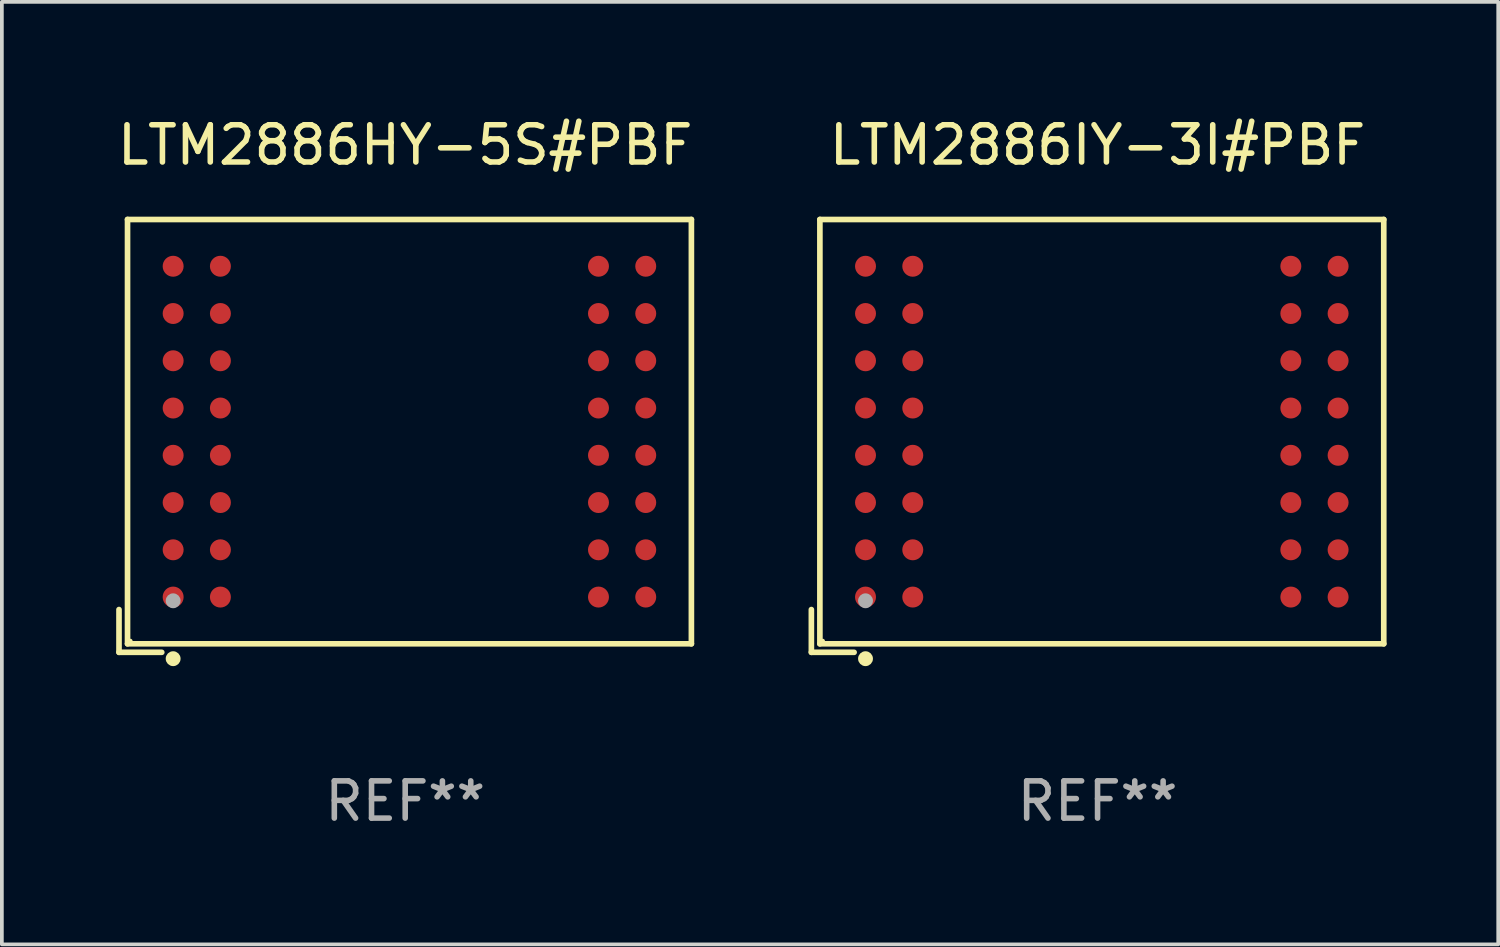
<source format=kicad_pcb>
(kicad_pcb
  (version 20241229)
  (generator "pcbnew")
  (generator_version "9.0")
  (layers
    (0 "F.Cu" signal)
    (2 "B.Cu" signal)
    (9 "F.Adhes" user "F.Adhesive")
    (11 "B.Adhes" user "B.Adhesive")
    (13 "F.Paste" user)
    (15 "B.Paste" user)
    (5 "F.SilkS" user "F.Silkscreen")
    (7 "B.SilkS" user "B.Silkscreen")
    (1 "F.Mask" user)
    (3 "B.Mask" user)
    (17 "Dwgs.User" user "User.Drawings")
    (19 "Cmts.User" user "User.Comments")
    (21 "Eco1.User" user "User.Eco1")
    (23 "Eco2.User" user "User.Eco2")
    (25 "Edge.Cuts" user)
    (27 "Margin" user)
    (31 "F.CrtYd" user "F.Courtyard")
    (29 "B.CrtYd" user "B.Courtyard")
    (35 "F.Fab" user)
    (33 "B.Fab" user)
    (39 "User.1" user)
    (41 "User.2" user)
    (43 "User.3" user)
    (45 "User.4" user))
  (footprint "LTM2886HY-5S#PBF"
    (layer "F.Cu")
    (at 7.839 8.664)
    (property "Reference" "LTM2886HY-5S#PBF" (at 0 -7.816 0) (layer "F.SilkS") (effects (font (size 1 1) (thickness 0.15))))
    (attr through_hole)
    (fp_line (start -7.691 4.667) (end -7.691 5.816) (stroke (width 0.152) (type solid)) (layer "F.SilkS"))
    (fp_line (start -7.691 5.816) (end -6.542 5.816) (stroke (width 0.152) (type solid)) (layer "F.SilkS"))
    (fp_line (start -7.462 -5.816) (end 7.691 -5.816) (stroke (width 0.152) (type solid)) (layer "F.SilkS"))
    (fp_line (start -7.462 5.587) (end -7.462 -5.816) (stroke (width 0.152) (type solid)) (layer "F.SilkS"))
    (fp_line (start 7.691 -5.816) (end 7.691 5.587) (stroke (width 0.152) (type solid)) (layer "F.SilkS"))
    (fp_line (start 7.691 5.587) (end -7.462 5.587) (stroke (width 0.152) (type solid)) (layer "F.SilkS"))
    (fp_circle (center -7.386 5.511) (end -7.356 5.511) (stroke (width 0.06) (type solid)) (fill no) (layer "F.SilkS"))
    (fp_circle (center -6.236 5.987) (end -6.136 5.987) (stroke (width 0.2) (type solid)) (fill no) (layer "F.SilkS"))
    (fp_circle (center -6.236 4.431) (end -6.136 4.431) (stroke (width 0.2) (type solid)) (fill no) (layer "F.Fab"))
    (fp_text user "REF**" (at 0 9.816 0) (layer "F.Fab") (effects (font (size 1 1) (thickness 0.15))))
    (pad "A1" smd circle (at -6.236 4.331) (size 0.563 0.563) (layers "F.Cu" "F.Mask" "F.Paste"))
    (pad "A2" smd circle (at -6.236 3.061) (size 0.563 0.563) (layers "F.Cu" "F.Mask" "F.Paste"))
    (pad "A3" smd circle (at -6.236 1.791) (size 0.563 0.563) (layers "F.Cu" "F.Mask" "F.Paste"))
    (pad "A4" smd circle (at -6.236 0.521) (size 0.563 0.563) (layers "F.Cu" "F.Mask" "F.Paste"))
    (pad "A5" smd circle (at -6.236 -0.749) (size 0.563 0.563) (layers "F.Cu" "F.Mask" "F.Paste"))
    (pad "A6" smd circle (at -6.236 -2.019) (size 0.563 0.563) (layers "F.Cu" "F.Mask" "F.Paste"))
    (pad "A7" smd circle (at -6.236 -3.289) (size 0.563 0.563) (layers "F.Cu" "F.Mask" "F.Paste"))
    (pad "A8" smd circle (at -6.236 -4.559) (size 0.563 0.563) (layers "F.Cu" "F.Mask" "F.Paste"))
    (pad "B1" smd circle (at -4.966 4.331) (size 0.563 0.563) (layers "F.Cu" "F.Mask" "F.Paste"))
    (pad "B2" smd circle (at -4.966 3.061) (size 0.563 0.563) (layers "F.Cu" "F.Mask" "F.Paste"))
    (pad "B3" smd circle (at -4.966 1.791) (size 0.563 0.563) (layers "F.Cu" "F.Mask" "F.Paste"))
    (pad "B4" smd circle (at -4.966 0.521) (size 0.563 0.563) (layers "F.Cu" "F.Mask" "F.Paste"))
    (pad "B5" smd circle (at -4.966 -0.749) (size 0.563 0.563) (layers "F.Cu" "F.Mask" "F.Paste"))
    (pad "B6" smd circle (at -4.966 -2.019) (size 0.563 0.563) (layers "F.Cu" "F.Mask" "F.Paste"))
    (pad "B7" smd circle (at -4.966 -3.289) (size 0.563 0.563) (layers "F.Cu" "F.Mask" "F.Paste"))
    (pad "B8" smd circle (at -4.966 -4.559) (size 0.563 0.563) (layers "F.Cu" "F.Mask" "F.Paste"))
    (pad "K1" smd circle (at 5.194 4.331) (size 0.563 0.563) (layers "F.Cu" "F.Mask" "F.Paste"))
    (pad "K2" smd circle (at 5.194 3.061) (size 0.563 0.563) (layers "F.Cu" "F.Mask" "F.Paste"))
    (pad "K3" smd circle (at 5.194 1.791) (size 0.563 0.563) (layers "F.Cu" "F.Mask" "F.Paste"))
    (pad "K4" smd circle (at 5.194 0.521) (size 0.563 0.563) (layers "F.Cu" "F.Mask" "F.Paste"))
    (pad "K5" smd circle (at 5.194 -0.749) (size 0.563 0.563) (layers "F.Cu" "F.Mask" "F.Paste"))
    (pad "K6" smd circle (at 5.194 -2.019) (size 0.563 0.563) (layers "F.Cu" "F.Mask" "F.Paste"))
    (pad "K7" smd circle (at 5.194 -3.289) (size 0.563 0.563) (layers "F.Cu" "F.Mask" "F.Paste"))
    (pad "K8" smd circle (at 5.194 -4.559) (size 0.563 0.563) (layers "F.Cu" "F.Mask" "F.Paste"))
    (pad "L1" smd circle (at 6.464 4.331) (size 0.563 0.563) (layers "F.Cu" "F.Mask" "F.Paste"))
    (pad "L2" smd circle (at 6.464 3.061) (size 0.563 0.563) (layers "F.Cu" "F.Mask" "F.Paste"))
    (pad "L3" smd circle (at 6.464 1.791) (size 0.563 0.563) (layers "F.Cu" "F.Mask" "F.Paste"))
    (pad "L4" smd circle (at 6.464 0.521) (size 0.563 0.563) (layers "F.Cu" "F.Mask" "F.Paste"))
    (pad "L5" smd circle (at 6.464 -0.749) (size 0.563 0.563) (layers "F.Cu" "F.Mask" "F.Paste"))
    (pad "L6" smd circle (at 6.464 -2.019) (size 0.563 0.563) (layers "F.Cu" "F.Mask" "F.Paste"))
    (pad "L7" smd circle (at 6.464 -3.289) (size 0.563 0.563) (layers "F.Cu" "F.Mask" "F.Paste"))
    (pad "L8" smd circle (at 6.464 -4.559) (size 0.563 0.563) (layers "F.Cu" "F.Mask" "F.Paste")))
  (footprint "LTM2886IY-3I#PBF"
    (layer "F.Cu")
    (at 26.445 8.664)
    (property "Reference" "LTM2886IY-3I#PBF" (at 0 -7.816 0) (layer "F.SilkS") (effects (font (size 1 1) (thickness 0.15))))
    (attr through_hole)
    (fp_line (start -7.691 4.667) (end -7.691 5.816) (stroke (width 0.152) (type solid)) (layer "F.SilkS"))
    (fp_line (start -7.691 5.816) (end -6.542 5.816) (stroke (width 0.152) (type solid)) (layer "F.SilkS"))
    (fp_line (start -7.462 -5.816) (end 7.691 -5.816) (stroke (width 0.152) (type solid)) (layer "F.SilkS"))
    (fp_line (start -7.462 5.587) (end -7.462 -5.816) (stroke (width 0.152) (type solid)) (layer "F.SilkS"))
    (fp_line (start 7.691 -5.816) (end 7.691 5.587) (stroke (width 0.152) (type solid)) (layer "F.SilkS"))
    (fp_line (start 7.691 5.587) (end -7.462 5.587) (stroke (width 0.152) (type solid)) (layer "F.SilkS"))
    (fp_circle (center -7.386 5.511) (end -7.356 5.511) (stroke (width 0.06) (type solid)) (fill no) (layer "F.SilkS"))
    (fp_circle (center -6.236 5.987) (end -6.136 5.987) (stroke (width 0.2) (type solid)) (fill no) (layer "F.SilkS"))
    (fp_circle (center -6.236 4.431) (end -6.136 4.431) (stroke (width 0.2) (type solid)) (fill no) (layer "F.Fab"))
    (fp_text user "REF**" (at 0 9.816 0) (layer "F.Fab") (effects (font (size 1 1) (thickness 0.15))))
    (pad "A1" smd circle (at -6.236 4.331) (size 0.563 0.563) (layers "F.Cu" "F.Mask" "F.Paste"))
    (pad "A2" smd circle (at -6.236 3.061) (size 0.563 0.563) (layers "F.Cu" "F.Mask" "F.Paste"))
    (pad "A3" smd circle (at -6.236 1.791) (size 0.563 0.563) (layers "F.Cu" "F.Mask" "F.Paste"))
    (pad "A4" smd circle (at -6.236 0.521) (size 0.563 0.563) (layers "F.Cu" "F.Mask" "F.Paste"))
    (pad "A5" smd circle (at -6.236 -0.749) (size 0.563 0.563) (layers "F.Cu" "F.Mask" "F.Paste"))
    (pad "A6" smd circle (at -6.236 -2.019) (size 0.563 0.563) (layers "F.Cu" "F.Mask" "F.Paste"))
    (pad "A7" smd circle (at -6.236 -3.289) (size 0.563 0.563) (layers "F.Cu" "F.Mask" "F.Paste"))
    (pad "A8" smd circle (at -6.236 -4.559) (size 0.563 0.563) (layers "F.Cu" "F.Mask" "F.Paste"))
    (pad "B1" smd circle (at -4.966 4.331) (size 0.563 0.563) (layers "F.Cu" "F.Mask" "F.Paste"))
    (pad "B2" smd circle (at -4.966 3.061) (size 0.563 0.563) (layers "F.Cu" "F.Mask" "F.Paste"))
    (pad "B3" smd circle (at -4.966 1.791) (size 0.563 0.563) (layers "F.Cu" "F.Mask" "F.Paste"))
    (pad "B4" smd circle (at -4.966 0.521) (size 0.563 0.563) (layers "F.Cu" "F.Mask" "F.Paste"))
    (pad "B5" smd circle (at -4.966 -0.749) (size 0.563 0.563) (layers "F.Cu" "F.Mask" "F.Paste"))
    (pad "B6" smd circle (at -4.966 -2.019) (size 0.563 0.563) (layers "F.Cu" "F.Mask" "F.Paste"))
    (pad "B7" smd circle (at -4.966 -3.289) (size 0.563 0.563) (layers "F.Cu" "F.Mask" "F.Paste"))
    (pad "B8" smd circle (at -4.966 -4.559) (size 0.563 0.563) (layers "F.Cu" "F.Mask" "F.Paste"))
    (pad "K1" smd circle (at 5.194 4.331) (size 0.563 0.563) (layers "F.Cu" "F.Mask" "F.Paste"))
    (pad "K2" smd circle (at 5.194 3.061) (size 0.563 0.563) (layers "F.Cu" "F.Mask" "F.Paste"))
    (pad "K3" smd circle (at 5.194 1.791) (size 0.563 0.563) (layers "F.Cu" "F.Mask" "F.Paste"))
    (pad "K4" smd circle (at 5.194 0.521) (size 0.563 0.563) (layers "F.Cu" "F.Mask" "F.Paste"))
    (pad "K5" smd circle (at 5.194 -0.749) (size 0.563 0.563) (layers "F.Cu" "F.Mask" "F.Paste"))
    (pad "K6" smd circle (at 5.194 -2.019) (size 0.563 0.563) (layers "F.Cu" "F.Mask" "F.Paste"))
    (pad "K7" smd circle (at 5.194 -3.289) (size 0.563 0.563) (layers "F.Cu" "F.Mask" "F.Paste"))
    (pad "K8" smd circle (at 5.194 -4.559) (size 0.563 0.563) (layers "F.Cu" "F.Mask" "F.Paste"))
    (pad "L1" smd circle (at 6.464 4.331) (size 0.563 0.563) (layers "F.Cu" "F.Mask" "F.Paste"))
    (pad "L2" smd circle (at 6.464 3.061) (size 0.563 0.563) (layers "F.Cu" "F.Mask" "F.Paste"))
    (pad "L3" smd circle (at 6.464 1.791) (size 0.563 0.563) (layers "F.Cu" "F.Mask" "F.Paste"))
    (pad "L4" smd circle (at 6.464 0.521) (size 0.563 0.563) (layers "F.Cu" "F.Mask" "F.Paste"))
    (pad "L5" smd circle (at 6.464 -0.749) (size 0.563 0.563) (layers "F.Cu" "F.Mask" "F.Paste"))
    (pad "L6" smd circle (at 6.464 -2.019) (size 0.563 0.563) (layers "F.Cu" "F.Mask" "F.Paste"))
    (pad "L7" smd circle (at 6.464 -3.289) (size 0.563 0.563) (layers "F.Cu" "F.Mask" "F.Paste"))
    (pad "L8" smd circle (at 6.464 -4.559) (size 0.563 0.563) (layers "F.Cu" "F.Mask" "F.Paste")))
  (gr_rect
    (start -3 -3)
    (end 37.212 22.328)
    (stroke (width 0.1) (type default))
    (fill no)
    (layer "Edge.Cuts")))
</source>
